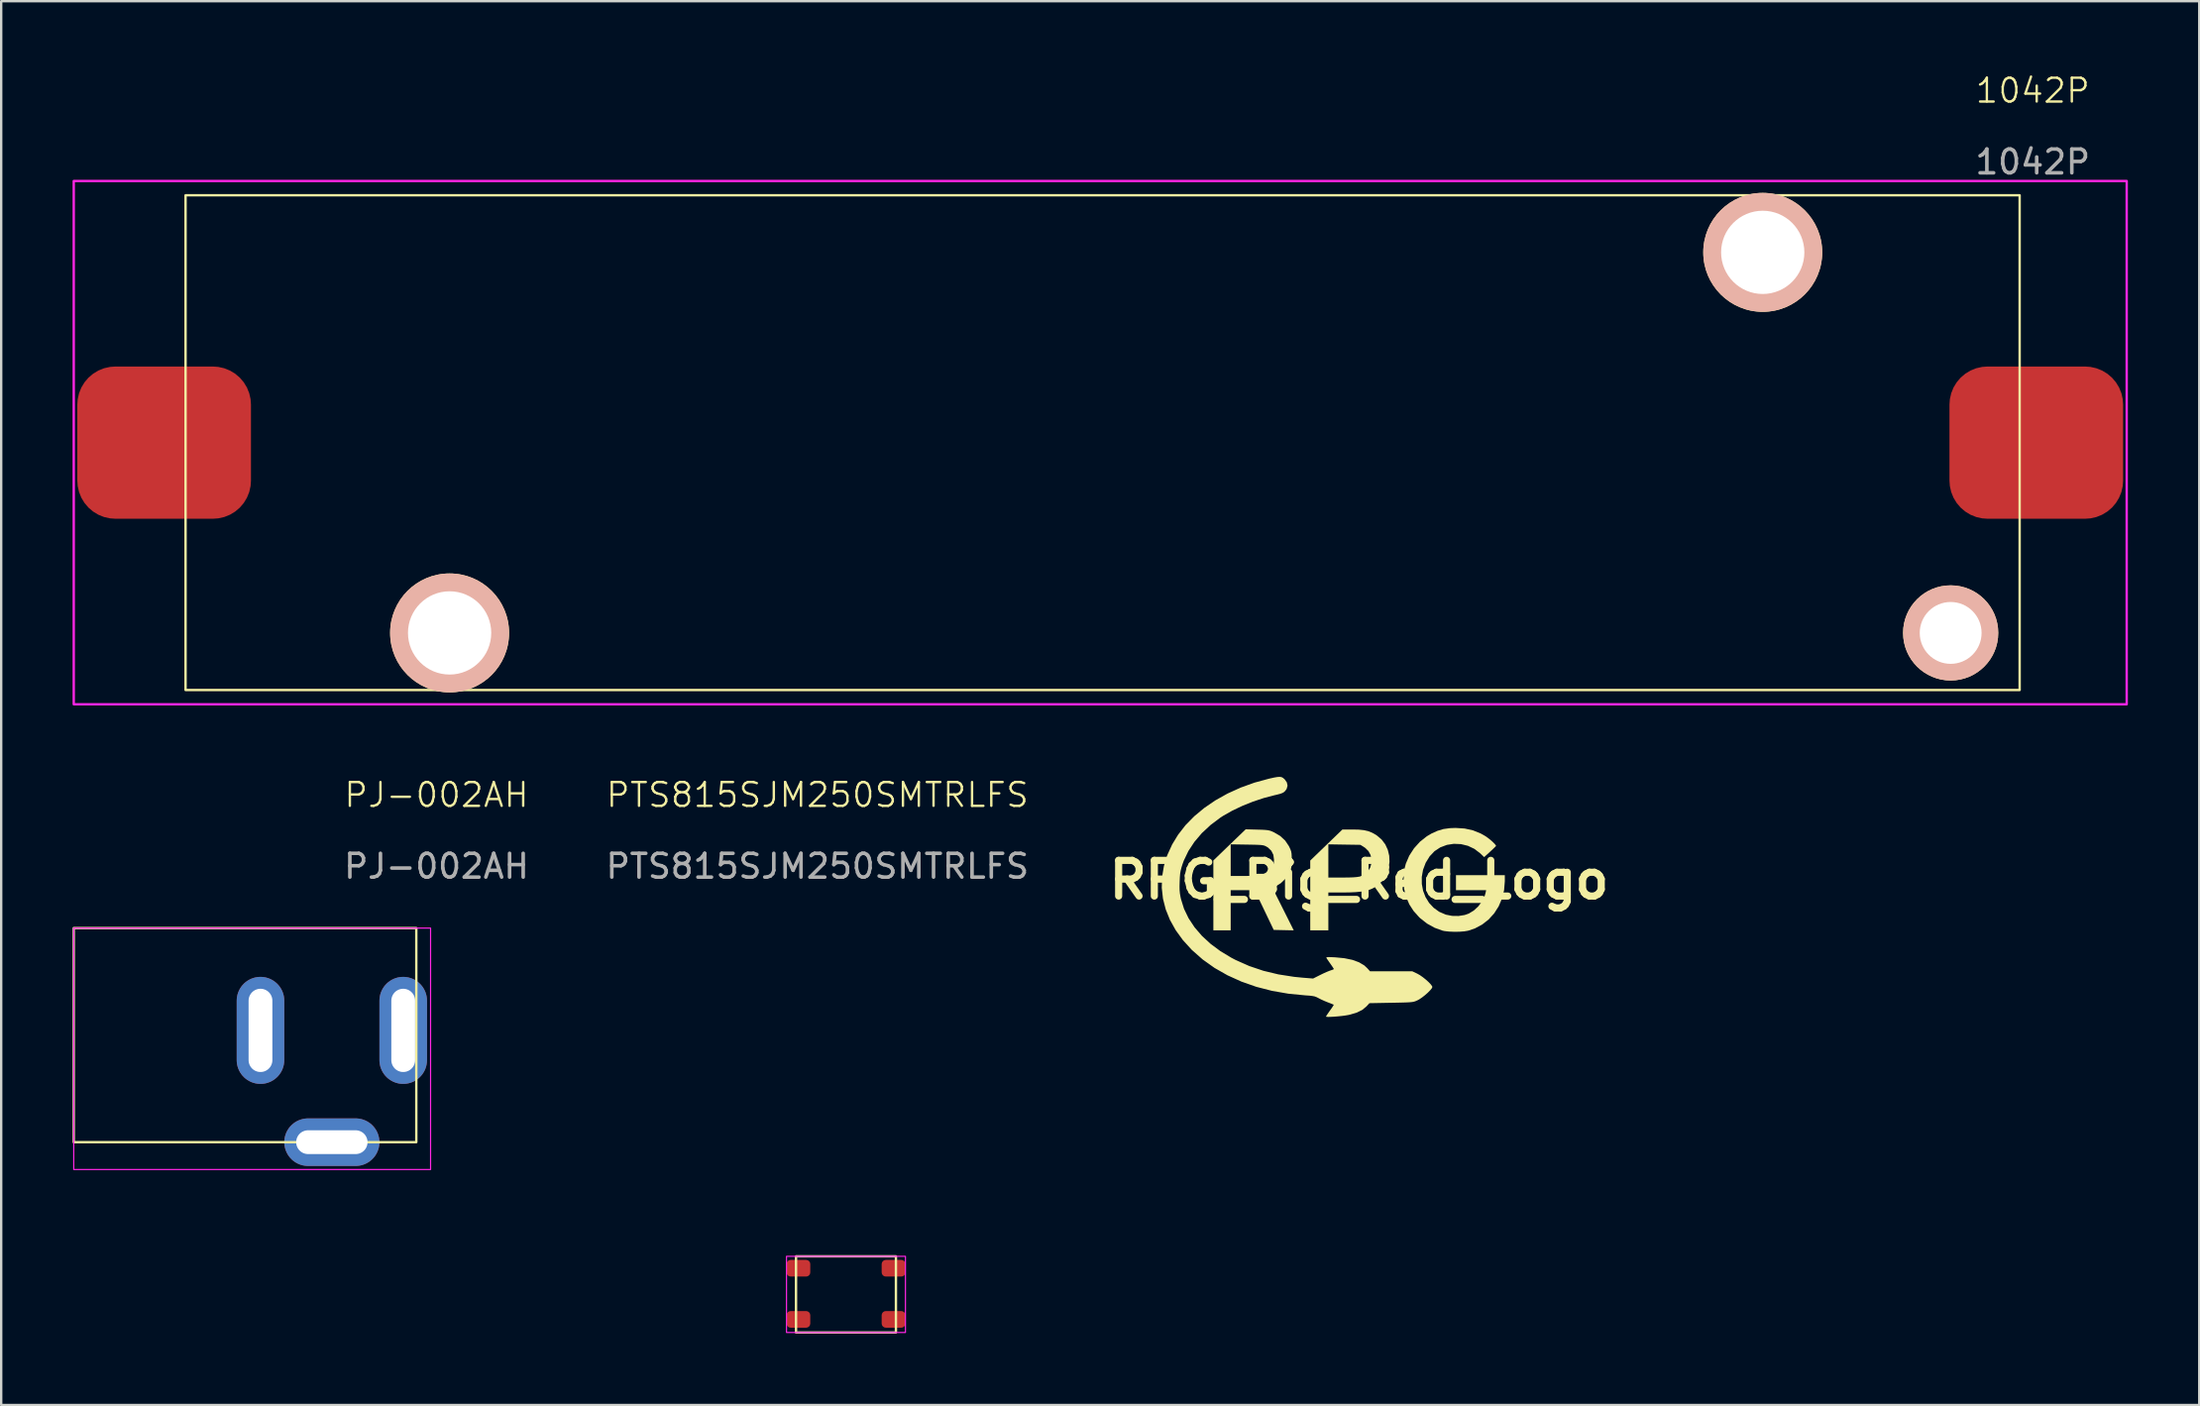
<source format=kicad_pcb>
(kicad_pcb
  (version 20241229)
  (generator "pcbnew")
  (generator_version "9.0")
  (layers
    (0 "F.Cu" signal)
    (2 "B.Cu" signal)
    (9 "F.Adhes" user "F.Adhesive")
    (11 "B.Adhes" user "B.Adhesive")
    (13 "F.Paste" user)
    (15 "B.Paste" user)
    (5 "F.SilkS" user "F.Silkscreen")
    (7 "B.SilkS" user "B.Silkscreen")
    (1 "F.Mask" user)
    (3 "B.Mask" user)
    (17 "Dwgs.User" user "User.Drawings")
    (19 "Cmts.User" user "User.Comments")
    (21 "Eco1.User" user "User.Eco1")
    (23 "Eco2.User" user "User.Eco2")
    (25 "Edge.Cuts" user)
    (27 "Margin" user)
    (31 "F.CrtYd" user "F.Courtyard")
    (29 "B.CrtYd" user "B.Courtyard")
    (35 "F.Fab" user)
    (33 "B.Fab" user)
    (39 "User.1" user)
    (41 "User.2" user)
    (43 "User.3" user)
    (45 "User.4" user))
  (footprint "PTS815SJM250SMTRLFS"
    (layer "F.Cu")
    (at 30.512 50.271)
    (property "Reference" "PTS815SJM250SMTRLFS" (at 0.8 -19.9 0) (unlocked yes) (layer "F.SilkS") (effects (font (size 1 1) (thickness 0.1))))
    (attr smd)
    (fp_rect (start -0.1 -0.5) (end 4.1 2.7) (stroke (width 0.1) (type default)) (fill no) (layer "F.SilkS"))
    (fp_rect (start -0.5 -0.5) (end 4.5 2.7) (stroke (width 0.05) (type default)) (fill no) (layer "F.CrtYd"))
    (fp_text user "${REFERENCE}" (at 0.8 -16.9 0) (unlocked yes) (layer "F.Fab") (effects (font (size 1 1) (thickness 0.15))))
    (pad "1" smd roundrect (at 0 0) (size 1 0.7) (layers "F.Cu" "F.Mask" "F.Paste") (roundrect_rratio 0.25))
    (pad "2" smd roundrect (at 4 0) (size 1 0.7) (layers "F.Cu" "F.Mask" "F.Paste") (roundrect_rratio 0.25))
    (pad "3" smd roundrect (at 0 2.15) (size 1 0.7) (layers "F.Cu" "F.Mask" "F.Paste") (roundrect_rratio 0.25))
    (pad "4" smd roundrect (at 4 2.15) (size 1 0.7) (layers "F.Cu" "F.Mask" "F.Paste") (roundrect_rratio 0.25)))
  (footprint "PJ-002AH"
    (layer "F.Cu")
    (at 13.9 40.271)
    (property "Reference" "PJ-002AH" (at 1.4 -9.9 0) (unlocked yes) (layer "F.SilkS") (effects (font (size 1 1) (thickness 0.1))))
    (attr through_hole)
    (fp_rect (start -13.85 -4.3) (end 0.55 4.7) (stroke (width 0.1) (type default)) (fill no) (layer "F.SilkS"))
    (fp_rect (start -13.85 -4.3) (end 1.15 5.85) (stroke (width 0.05) (type default)) (fill no) (layer "F.CrtYd"))
    (fp_text user "${REFERENCE}" (at 1.4 -6.9 0) (unlocked yes) (layer "F.Fab") (effects (font (size 1 1) (thickness 0.15))))
    (pad "1" thru_hole oval (at 0 0) (size 2 4.5) (drill oval 1 3.5) (layers "*.Cu" "*.Mask"))
    (pad "2" thru_hole oval (at -6 0) (size 2 4.5) (drill oval 1 3.5) (layers "*.Cu" "*.Mask"))
    (pad "3" thru_hole oval (at -3 4.7 90) (size 2 4) (drill oval 1 3) (layers "*.Cu" "*.Mask")))
  (footprint "1042P"
    (layer "F.Cu")
    (at 82.55 15.56)
    (property "Reference" "1042P" (at -0.15 -14.8 0) (unlocked yes) (layer "F.SilkS") (effects (font (size 1 1) (thickness 0.1))))
    (attr smd)
    (fp_rect (start -77.8 -10.4) (end -0.7 10.4) (stroke (width 0.1) (type default)) (fill no) (layer "F.SilkS"))
    (fp_rect (start -82.5 -11) (end 3.8 11) (stroke (width 0.1) (type default)) (fill no) (layer "F.CrtYd"))
    (fp_text user "${REFERENCE}" (at -0.15 -11.8 0) (unlocked yes) (layer "F.Fab") (effects (font (size 1 1) (thickness 0.15))))
    (pad "" np_thru_hole circle (at -66.7 8) (size 5 5) (drill 3.5) (layers "*.SilkS"))
    (pad "" np_thru_hole circle (at -11.5 -8) (size 5 5) (drill 3.5) (layers "*.SilkS"))
    (pad "" np_thru_hole circle (at -3.6 8) (size 4 4) (drill 2.6) (layers "*.SilkS"))
    (pad "1" smd roundrect (at 0 0) (size 7.3 6.4) (layers "F.Cu" "F.Mask" "F.Paste") (roundrect_rratio 0.25))
    (pad "2" smd roundrect (at -78.7 0) (size 7.3 6.4) (layers "F.Cu" "F.Mask" "F.Paste") (roundrect_rratio 0.25)))
  (footprint "RPG_Big_Red_Logo"
    (layer "F.Cu")
    (at 54.082 33.944)
    (property "Reference" "RPG_Big_Red_Logo" (at 0 0 0) (layer "F.SilkS") (effects (font (size 1.5 1.5) (thickness 0.3))))
    (attr board_only exclude_from_pos_files exclude_from_bom)
    (fp_poly (pts (xy -0.006 -2.113) (xy 0.209 -2.09) (xy 0.39 -2.048) (xy 0.555 -1.981) (xy 0.718 -1.888) (xy 0.737 -1.875) (xy 0.944 -1.701) (xy 1.101 -1.494) (xy 1.208 -1.261) (xy 1.267 -1.013) (xy 1.278 -0.757) (xy 1.243 -0.503) (xy 1.16 -0.26) (xy 1.033 -0.036) (xy 0.86 0.16) (xy 0.643 0.319) (xy 0.55 0.368) (xy 0.414 0.421) (xy 0.261 0.463) (xy 0.079 0.493) (xy -0.14 0.514) (xy -0.406 0.526) (xy -0.727 0.53) (xy -0.753 0.53) (xy -1.292 0.53) (xy -1.292 1.325) (xy -1.292 2.119) (xy -1.672 2.119) (xy -2.053 2.119) (xy -2.053 0.653) (xy -2.053 -0.797) (xy -1.292 -0.797) (xy -1.292 -0.099) (xy -0.701 -0.099) (xy -0.446 -0.101) (xy -0.248 -0.108) (xy -0.098 -0.12) (xy 0.013 -0.138) (xy 0.057 -0.149) (xy 0.234 -0.233) (xy 0.37 -0.358) (xy 0.465 -0.514) (xy 0.516 -0.688) (xy 0.522 -0.871) (xy 0.481 -1.049) (xy 0.393 -1.212) (xy 0.255 -1.347) (xy 0.215 -1.374) (xy 0.055 -1.474) (xy -0.618 -1.484) (xy -1.292 -1.495) (xy -1.292 -0.797) (xy -2.053 -0.797) (xy -2.053 -0.814) (xy -1.377 -1.467) (xy -0.701 -2.119) (xy -0.271 -2.119)) (stroke (width 0) (type solid)) (fill yes) (layer "F.SilkS"))
    (fp_poly (pts (xy -4.279 -2.114) (xy -4.087 -2.109) (xy -3.946 -2.101) (xy -3.841 -2.09) (xy -3.758 -2.073) (xy -3.681 -2.047) (xy -3.596 -2.009) (xy -3.571 -1.997) (xy -3.313 -1.845) (xy -3.109 -1.655) (xy -2.953 -1.424) (xy -2.939 -1.396) (xy -2.889 -1.289) (xy -2.857 -1.201) (xy -2.84 -1.109) (xy -2.833 -0.993) (xy -2.831 -0.845) (xy -2.833 -0.687) (xy -2.841 -0.573) (xy -2.859 -0.483) (xy -2.892 -0.394) (xy -2.94 -0.291) (xy -3.09 -0.057) (xy -3.287 0.136) (xy -3.496 0.266) (xy -3.641 0.336) (xy -3.194 1.229) (xy -2.747 2.121) (xy -3.168 2.112) (xy -3.589 2.103) (xy -3.988 1.268) (xy -4.388 0.434) (xy -4.893 0.432) (xy -5.398 0.431) (xy -5.398 1.275) (xy -5.398 2.119) (xy -5.762 2.119) (xy -6.126 2.119) (xy -6.126 0.651) (xy -6.126 -0.817) (xy -6.112 -0.83) (xy -5.398 -0.83) (xy -5.398 -0.166) (xy -4.791 -0.166) (xy -4.531 -0.168) (xy -4.329 -0.174) (xy -4.176 -0.186) (xy -4.064 -0.203) (xy -4.02 -0.214) (xy -3.86 -0.289) (xy -3.722 -0.404) (xy -3.625 -0.541) (xy -3.612 -0.573) (xy -3.592 -0.66) (xy -3.579 -0.78) (xy -3.577 -0.852) (xy -3.605 -1.056) (xy -3.691 -1.226) (xy -3.831 -1.361) (xy -3.88 -1.391) (xy -3.931 -1.419) (xy -3.981 -1.44) (xy -4.04 -1.455) (xy -4.118 -1.466) (xy -4.227 -1.473) (xy -4.375 -1.478) (xy -4.574 -1.482) (xy -4.711 -1.484) (xy -5.398 -1.495) (xy -5.398 -0.83) (xy -6.112 -0.83) (xy -5.447 -1.472) (xy -4.767 -2.127)) (stroke (width 0) (type solid)) (fill yes) (layer "F.SilkS"))
    (fp_poly (pts (xy 4.439 -2.16) (xy 4.788 -2.083) (xy 5.114 -1.951) (xy 5.315 -1.837) (xy 5.417 -1.765) (xy 5.524 -1.68) (xy 5.623 -1.592) (xy 5.702 -1.512) (xy 5.749 -1.453) (xy 5.756 -1.428) (xy 5.729 -1.397) (xy 5.663 -1.332) (xy 5.57 -1.244) (xy 5.502 -1.181) (xy 5.258 -0.958) (xy 5.08 -1.127) (xy 4.843 -1.306) (xy 4.574 -1.433) (xy 4.283 -1.504) (xy 3.982 -1.517) (xy 3.691 -1.472) (xy 3.413 -1.367) (xy 3.172 -1.208) (xy 2.969 -0.994) (xy 2.804 -0.727) (xy 2.799 -0.718) (xy 2.688 -0.424) (xy 2.635 -0.125) (xy 2.637 0.171) (xy 2.69 0.456) (xy 2.793 0.723) (xy 2.942 0.965) (xy 3.134 1.172) (xy 3.365 1.339) (xy 3.634 1.457) (xy 3.651 1.462) (xy 3.91 1.513) (xy 4.18 1.517) (xy 4.439 1.476) (xy 4.616 1.413) (xy 4.824 1.286) (xy 5.012 1.111) (xy 5.167 0.904) (xy 5.278 0.68) (xy 5.319 0.536) (xy 5.34 0.431) (xy 4.707 0.431) (xy 4.073 0.431) (xy 4.073 0.116) (xy 4.073 -0.199) (xy 5.1 -0.199) (xy 6.126 -0.199) (xy 6.126 0.058) (xy 6.095 0.432) (xy 6.007 0.785) (xy 5.867 1.112) (xy 5.679 1.407) (xy 5.446 1.664) (xy 5.174 1.877) (xy 4.867 2.041) (xy 4.588 2.135) (xy 4.426 2.163) (xy 4.222 2.179) (xy 4 2.182) (xy 3.784 2.173) (xy 3.596 2.152) (xy 3.51 2.134) (xy 3.175 2.013) (xy 2.856 1.836) (xy 2.568 1.61) (xy 2.517 1.56) (xy 2.288 1.303) (xy 2.114 1.033) (xy 1.982 0.731) (xy 1.949 0.629) (xy 1.892 0.365) (xy 1.869 0.069) (xy 1.879 -0.236) (xy 1.923 -0.525) (xy 1.965 -0.683) (xy 2.109 -1.019) (xy 2.31 -1.329) (xy 2.558 -1.604) (xy 2.848 -1.834) (xy 3.046 -1.951) (xy 3.299 -2.065) (xy 3.549 -2.139) (xy 3.82 -2.176) (xy 4.057 -2.185)) (stroke (width 0) (type solid)) (fill yes) (layer "F.SilkS"))
    (fp_poly (pts (xy -3.262 -4.322) (xy -3.201 -4.291) (xy -3.142 -4.241) (xy -3.126 -4.226) (xy -3.036 -4.097) (xy -3.008 -3.961) (xy -3.045 -3.826) (xy -3.105 -3.742) (xy -3.155 -3.694) (xy -3.216 -3.657) (xy -3.304 -3.623) (xy -3.431 -3.589) (xy -3.56 -3.559) (xy -4.007 -3.442) (xy -4.461 -3.291) (xy -4.905 -3.113) (xy -5.322 -2.916) (xy -5.696 -2.705) (xy -5.827 -2.621) (xy -6.244 -2.308) (xy -6.61 -1.967) (xy -6.921 -1.601) (xy -7.175 -1.215) (xy -7.368 -0.812) (xy -7.418 -0.675) (xy -7.467 -0.522) (xy -7.5 -0.392) (xy -7.522 -0.263) (xy -7.535 -0.112) (xy -7.543 0.075) (xy -7.548 0.277) (xy -7.545 0.435) (xy -7.532 0.573) (xy -7.507 0.714) (xy -7.486 0.809) (xy -7.358 1.219) (xy -7.167 1.614) (xy -6.916 1.993) (xy -6.608 2.351) (xy -6.245 2.686) (xy -5.83 2.995) (xy -5.365 3.275) (xy -5.183 3.37) (xy -4.617 3.621) (xy -4.023 3.821) (xy -3.396 3.972) (xy -2.729 4.076) (xy -2.386 4.11) (xy -1.933 4.147) (xy -1.637 3.998) (xy -1.493 3.928) (xy -1.353 3.866) (xy -1.24 3.82) (xy -1.2 3.807) (xy -1.116 3.778) (xy -1.066 3.755) (xy -1.06 3.749) (xy -1.077 3.717) (xy -1.124 3.645) (xy -1.191 3.548) (xy -1.203 3.531) (xy -1.277 3.426) (xy -1.337 3.338) (xy -1.372 3.284) (xy -1.374 3.281) (xy -1.377 3.262) (xy -1.351 3.25) (xy -1.289 3.246) (xy -1.179 3.247) (xy -1.012 3.255) (xy -1.007 3.255) (xy -0.617 3.293) (xy -0.283 3.362) (xy -0.005 3.463) (xy 0.216 3.594) (xy 0.337 3.706) (xy 0.459 3.841) (xy 1.347 3.841) (xy 2.235 3.842) (xy 2.445 3.941) (xy 2.558 4.005) (xy 2.683 4.093) (xy 2.809 4.194) (xy 2.923 4.297) (xy 3.014 4.393) (xy 3.069 4.469) (xy 3.08 4.504) (xy 3.054 4.561) (xy 2.986 4.644) (xy 2.888 4.743) (xy 2.771 4.846) (xy 2.648 4.942) (xy 2.531 5.021) (xy 2.461 5.059) (xy 2.403 5.086) (xy 2.349 5.107) (xy 2.292 5.123) (xy 2.222 5.135) (xy 2.131 5.144) (xy 2.008 5.151) (xy 1.847 5.156) (xy 1.638 5.161) (xy 1.371 5.166) (xy 1.352 5.166) (xy 0.435 5.183) (xy 0.306 5.323) (xy 0.134 5.465) (xy -0.096 5.579) (xy -0.385 5.665) (xy -0.443 5.678) (xy -0.57 5.7) (xy -0.721 5.72) (xy -0.883 5.737) (xy -1.042 5.75) (xy -1.186 5.758) (xy -1.3 5.761) (xy -1.372 5.756) (xy -1.391 5.747) (xy -1.373 5.71) (xy -1.324 5.635) (xy -1.254 5.534) (xy -1.223 5.491) (xy -1.148 5.386) (xy -1.094 5.303) (xy -1.067 5.255) (xy -1.065 5.249) (xy -1.099 5.233) (xy -1.179 5.2) (xy -1.289 5.158) (xy -1.308 5.151) (xy -1.453 5.092) (xy -1.6 5.025) (xy -1.705 4.971) (xy -1.788 4.929) (xy -1.869 4.899) (xy -1.967 4.88) (xy -2.098 4.865) (xy -2.252 4.855) (xy -2.971 4.785) (xy -3.662 4.665) (xy -4.322 4.495) (xy -4.946 4.276) (xy -5.532 4.011) (xy -6.076 3.701) (xy -6.575 3.346) (xy -7.026 2.948) (xy -7.041 2.933) (xy -7.407 2.531) (xy -7.71 2.113) (xy -7.951 1.681) (xy -8.129 1.239) (xy -8.244 0.789) (xy -8.295 0.333) (xy -8.282 -0.125) (xy -8.205 -0.584) (xy -8.063 -1.04) (xy -7.857 -1.491) (xy -7.612 -1.894) (xy -7.301 -2.296) (xy -6.932 -2.673) (xy -6.511 -3.023) (xy -6.043 -3.343) (xy -5.532 -3.629) (xy -4.985 -3.878) (xy -4.406 -4.087) (xy -3.8 -4.252) (xy -3.775 -4.258) (xy -3.582 -4.301) (xy -3.44 -4.326) (xy -3.338 -4.333)) (stroke (width 0) (type solid)) (fill yes) (layer "F.SilkS")))
  (gr_rect
    (start -3 -3)
    (end 89.4 56.021)
    (stroke (width 0.1) (type default))
    (fill no)
    (layer "Edge.Cuts")))
</source>
